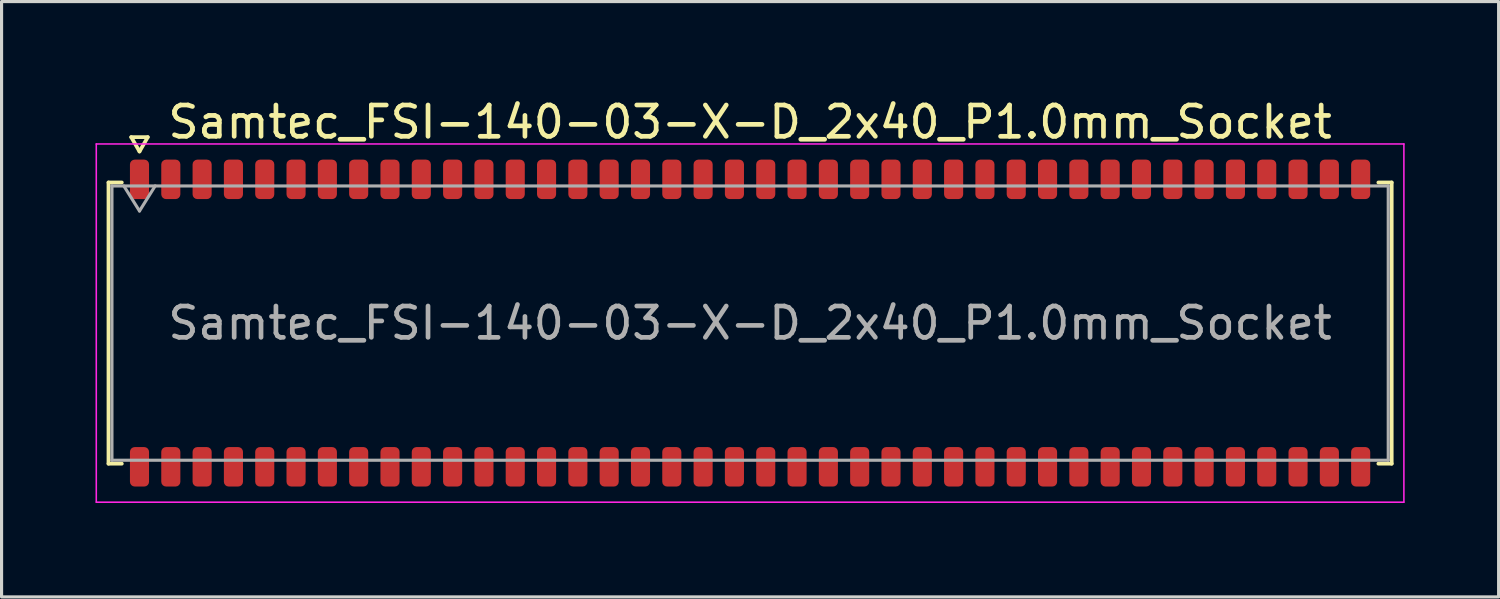
<source format=kicad_pcb>
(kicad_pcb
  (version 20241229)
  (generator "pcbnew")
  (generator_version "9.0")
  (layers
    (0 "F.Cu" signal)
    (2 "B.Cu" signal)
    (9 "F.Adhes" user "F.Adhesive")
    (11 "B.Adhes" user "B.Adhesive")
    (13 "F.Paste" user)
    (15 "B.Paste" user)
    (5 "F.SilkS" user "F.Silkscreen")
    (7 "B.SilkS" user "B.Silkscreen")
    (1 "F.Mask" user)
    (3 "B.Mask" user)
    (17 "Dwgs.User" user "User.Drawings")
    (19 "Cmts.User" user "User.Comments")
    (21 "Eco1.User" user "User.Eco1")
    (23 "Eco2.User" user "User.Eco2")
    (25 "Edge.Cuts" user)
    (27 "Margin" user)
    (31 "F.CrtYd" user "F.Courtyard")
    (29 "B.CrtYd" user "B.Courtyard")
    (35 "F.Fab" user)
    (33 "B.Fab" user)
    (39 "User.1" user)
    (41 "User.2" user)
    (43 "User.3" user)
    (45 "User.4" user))
  (footprint "Samtec_FSI-140-03-X-D_2x40_P1.0mm_Socket"
    (layer "F.Cu")
    (at 20.905 7.268)
    (property "Reference" "Samtec_FSI-140-03-X-D_2x40_P1.0mm_Socket" (at 0 -6.42 0) (layer "F.SilkS") (effects (font (size 1 1) (thickness 0.15))))
    (attr smd)
    (fp_line (start -20.49 -4.49) (end -20.065 -4.49) (stroke (width 0.12) (type solid)) (layer "F.SilkS"))
    (fp_line (start -20.49 4.49) (end -20.49 -4.49) (stroke (width 0.12) (type solid)) (layer "F.SilkS"))
    (fp_line (start -20.065 4.49) (end -20.49 4.49) (stroke (width 0.12) (type solid)) (layer "F.SilkS"))
    (fp_line (start -19.764 -5.938) (end -19.5 -5.48) (stroke (width 0.12) (type solid)) (layer "F.SilkS"))
    (fp_line (start -19.5 -5.48) (end -19.236 -5.938) (stroke (width 0.12) (type solid)) (layer "F.SilkS"))
    (fp_line (start -19.236 -5.938) (end -19.764 -5.938) (stroke (width 0.12) (type solid)) (layer "F.SilkS"))
    (fp_line (start 20.065 -4.49) (end 20.49 -4.49) (stroke (width 0.12) (type solid)) (layer "F.SilkS"))
    (fp_line (start 20.49 -4.49) (end 20.49 4.49) (stroke (width 0.12) (type solid)) (layer "F.SilkS"))
    (fp_line (start 20.49 4.49) (end 20.065 4.49) (stroke (width 0.12) (type solid)) (layer "F.SilkS"))
    (fp_line (start -20.88 -5.72) (end -20.88 5.72) (stroke (width 0.05) (type solid)) (layer "F.CrtYd"))
    (fp_line (start -20.88 5.72) (end 20.88 5.72) (stroke (width 0.05) (type solid)) (layer "F.CrtYd"))
    (fp_line (start 20.88 -5.72) (end -20.88 -5.72) (stroke (width 0.05) (type solid)) (layer "F.CrtYd"))
    (fp_line (start 20.88 5.72) (end 20.88 -5.72) (stroke (width 0.05) (type solid)) (layer "F.CrtYd"))
    (fp_line (start -20.38 -4.38) (end 20.38 -4.38) (stroke (width 0.1) (type solid)) (layer "F.Fab"))
    (fp_line (start -20.38 4.38) (end -20.38 -4.38) (stroke (width 0.1) (type solid)) (layer "F.Fab"))
    (fp_line (start -20 -4.38) (end -19.5 -3.58) (stroke (width 0.1) (type solid)) (layer "F.Fab"))
    (fp_line (start -19.5 -3.58) (end -19 -4.38) (stroke (width 0.1) (type solid)) (layer "F.Fab"))
    (fp_line (start 20.38 -4.38) (end 20.38 4.38) (stroke (width 0.1) (type solid)) (layer "F.Fab"))
    (fp_line (start 20.38 4.38) (end -20.38 4.38) (stroke (width 0.1) (type solid)) (layer "F.Fab"))
    (fp_text user "${REFERENCE}" (at 0 0 0) (layer "F.Fab") (effects (font (size 1 1) (thickness 0.15))))
    (pad "1" smd roundrect (at -19.5 -4.59) (size 0.61 1.26) (layers "F.Cu" "F.Mask" "F.Paste") (roundrect_rratio 0.25))
    (pad "2" smd roundrect (at -19.5 4.59) (size 0.61 1.26) (layers "F.Cu" "F.Mask" "F.Paste") (roundrect_rratio 0.25))
    (pad "3" smd roundrect (at -18.5 -4.59) (size 0.61 1.26) (layers "F.Cu" "F.Mask" "F.Paste") (roundrect_rratio 0.25))
    (pad "4" smd roundrect (at -18.5 4.59) (size 0.61 1.26) (layers "F.Cu" "F.Mask" "F.Paste") (roundrect_rratio 0.25))
    (pad "5" smd roundrect (at -17.5 -4.59) (size 0.61 1.26) (layers "F.Cu" "F.Mask" "F.Paste") (roundrect_rratio 0.25))
    (pad "6" smd roundrect (at -17.5 4.59) (size 0.61 1.26) (layers "F.Cu" "F.Mask" "F.Paste") (roundrect_rratio 0.25))
    (pad "7" smd roundrect (at -16.5 -4.59) (size 0.61 1.26) (layers "F.Cu" "F.Mask" "F.Paste") (roundrect_rratio 0.25))
    (pad "8" smd roundrect (at -16.5 4.59) (size 0.61 1.26) (layers "F.Cu" "F.Mask" "F.Paste") (roundrect_rratio 0.25))
    (pad "9" smd roundrect (at -15.5 -4.59) (size 0.61 1.26) (layers "F.Cu" "F.Mask" "F.Paste") (roundrect_rratio 0.25))
    (pad "10" smd roundrect (at -15.5 4.59) (size 0.61 1.26) (layers "F.Cu" "F.Mask" "F.Paste") (roundrect_rratio 0.25))
    (pad "11" smd roundrect (at -14.5 -4.59) (size 0.61 1.26) (layers "F.Cu" "F.Mask" "F.Paste") (roundrect_rratio 0.25))
    (pad "12" smd roundrect (at -14.5 4.59) (size 0.61 1.26) (layers "F.Cu" "F.Mask" "F.Paste") (roundrect_rratio 0.25))
    (pad "13" smd roundrect (at -13.5 -4.59) (size 0.61 1.26) (layers "F.Cu" "F.Mask" "F.Paste") (roundrect_rratio 0.25))
    (pad "14" smd roundrect (at -13.5 4.59) (size 0.61 1.26) (layers "F.Cu" "F.Mask" "F.Paste") (roundrect_rratio 0.25))
    (pad "15" smd roundrect (at -12.5 -4.59) (size 0.61 1.26) (layers "F.Cu" "F.Mask" "F.Paste") (roundrect_rratio 0.25))
    (pad "16" smd roundrect (at -12.5 4.59) (size 0.61 1.26) (layers "F.Cu" "F.Mask" "F.Paste") (roundrect_rratio 0.25))
    (pad "17" smd roundrect (at -11.5 -4.59) (size 0.61 1.26) (layers "F.Cu" "F.Mask" "F.Paste") (roundrect_rratio 0.25))
    (pad "18" smd roundrect (at -11.5 4.59) (size 0.61 1.26) (layers "F.Cu" "F.Mask" "F.Paste") (roundrect_rratio 0.25))
    (pad "19" smd roundrect (at -10.5 -4.59) (size 0.61 1.26) (layers "F.Cu" "F.Mask" "F.Paste") (roundrect_rratio 0.25))
    (pad "20" smd roundrect (at -10.5 4.59) (size 0.61 1.26) (layers "F.Cu" "F.Mask" "F.Paste") (roundrect_rratio 0.25))
    (pad "21" smd roundrect (at -9.5 -4.59) (size 0.61 1.26) (layers "F.Cu" "F.Mask" "F.Paste") (roundrect_rratio 0.25))
    (pad "22" smd roundrect (at -9.5 4.59) (size 0.61 1.26) (layers "F.Cu" "F.Mask" "F.Paste") (roundrect_rratio 0.25))
    (pad "23" smd roundrect (at -8.5 -4.59) (size 0.61 1.26) (layers "F.Cu" "F.Mask" "F.Paste") (roundrect_rratio 0.25))
    (pad "24" smd roundrect (at -8.5 4.59) (size 0.61 1.26) (layers "F.Cu" "F.Mask" "F.Paste") (roundrect_rratio 0.25))
    (pad "25" smd roundrect (at -7.5 -4.59) (size 0.61 1.26) (layers "F.Cu" "F.Mask" "F.Paste") (roundrect_rratio 0.25))
    (pad "26" smd roundrect (at -7.5 4.59) (size 0.61 1.26) (layers "F.Cu" "F.Mask" "F.Paste") (roundrect_rratio 0.25))
    (pad "27" smd roundrect (at -6.5 -4.59) (size 0.61 1.26) (layers "F.Cu" "F.Mask" "F.Paste") (roundrect_rratio 0.25))
    (pad "28" smd roundrect (at -6.5 4.59) (size 0.61 1.26) (layers "F.Cu" "F.Mask" "F.Paste") (roundrect_rratio 0.25))
    (pad "29" smd roundrect (at -5.5 -4.59) (size 0.61 1.26) (layers "F.Cu" "F.Mask" "F.Paste") (roundrect_rratio 0.25))
    (pad "30" smd roundrect (at -5.5 4.59) (size 0.61 1.26) (layers "F.Cu" "F.Mask" "F.Paste") (roundrect_rratio 0.25))
    (pad "31" smd roundrect (at -4.5 -4.59) (size 0.61 1.26) (layers "F.Cu" "F.Mask" "F.Paste") (roundrect_rratio 0.25))
    (pad "32" smd roundrect (at -4.5 4.59) (size 0.61 1.26) (layers "F.Cu" "F.Mask" "F.Paste") (roundrect_rratio 0.25))
    (pad "33" smd roundrect (at -3.5 -4.59) (size 0.61 1.26) (layers "F.Cu" "F.Mask" "F.Paste") (roundrect_rratio 0.25))
    (pad "34" smd roundrect (at -3.5 4.59) (size 0.61 1.26) (layers "F.Cu" "F.Mask" "F.Paste") (roundrect_rratio 0.25))
    (pad "35" smd roundrect (at -2.5 -4.59) (size 0.61 1.26) (layers "F.Cu" "F.Mask" "F.Paste") (roundrect_rratio 0.25))
    (pad "36" smd roundrect (at -2.5 4.59) (size 0.61 1.26) (layers "F.Cu" "F.Mask" "F.Paste") (roundrect_rratio 0.25))
    (pad "37" smd roundrect (at -1.5 -4.59) (size 0.61 1.26) (layers "F.Cu" "F.Mask" "F.Paste") (roundrect_rratio 0.25))
    (pad "38" smd roundrect (at -1.5 4.59) (size 0.61 1.26) (layers "F.Cu" "F.Mask" "F.Paste") (roundrect_rratio 0.25))
    (pad "39" smd roundrect (at -0.5 -4.59) (size 0.61 1.26) (layers "F.Cu" "F.Mask" "F.Paste") (roundrect_rratio 0.25))
    (pad "40" smd roundrect (at -0.5 4.59) (size 0.61 1.26) (layers "F.Cu" "F.Mask" "F.Paste") (roundrect_rratio 0.25))
    (pad "41" smd roundrect (at 0.5 -4.59) (size 0.61 1.26) (layers "F.Cu" "F.Mask" "F.Paste") (roundrect_rratio 0.25))
    (pad "42" smd roundrect (at 0.5 4.59) (size 0.61 1.26) (layers "F.Cu" "F.Mask" "F.Paste") (roundrect_rratio 0.25))
    (pad "43" smd roundrect (at 1.5 -4.59) (size 0.61 1.26) (layers "F.Cu" "F.Mask" "F.Paste") (roundrect_rratio 0.25))
    (pad "44" smd roundrect (at 1.5 4.59) (size 0.61 1.26) (layers "F.Cu" "F.Mask" "F.Paste") (roundrect_rratio 0.25))
    (pad "45" smd roundrect (at 2.5 -4.59) (size 0.61 1.26) (layers "F.Cu" "F.Mask" "F.Paste") (roundrect_rratio 0.25))
    (pad "46" smd roundrect (at 2.5 4.59) (size 0.61 1.26) (layers "F.Cu" "F.Mask" "F.Paste") (roundrect_rratio 0.25))
    (pad "47" smd roundrect (at 3.5 -4.59) (size 0.61 1.26) (layers "F.Cu" "F.Mask" "F.Paste") (roundrect_rratio 0.25))
    (pad "48" smd roundrect (at 3.5 4.59) (size 0.61 1.26) (layers "F.Cu" "F.Mask" "F.Paste") (roundrect_rratio 0.25))
    (pad "49" smd roundrect (at 4.5 -4.59) (size 0.61 1.26) (layers "F.Cu" "F.Mask" "F.Paste") (roundrect_rratio 0.25))
    (pad "50" smd roundrect (at 4.5 4.59) (size 0.61 1.26) (layers "F.Cu" "F.Mask" "F.Paste") (roundrect_rratio 0.25))
    (pad "51" smd roundrect (at 5.5 -4.59) (size 0.61 1.26) (layers "F.Cu" "F.Mask" "F.Paste") (roundrect_rratio 0.25))
    (pad "52" smd roundrect (at 5.5 4.59) (size 0.61 1.26) (layers "F.Cu" "F.Mask" "F.Paste") (roundrect_rratio 0.25))
    (pad "53" smd roundrect (at 6.5 -4.59) (size 0.61 1.26) (layers "F.Cu" "F.Mask" "F.Paste") (roundrect_rratio 0.25))
    (pad "54" smd roundrect (at 6.5 4.59) (size 0.61 1.26) (layers "F.Cu" "F.Mask" "F.Paste") (roundrect_rratio 0.25))
    (pad "55" smd roundrect (at 7.5 -4.59) (size 0.61 1.26) (layers "F.Cu" "F.Mask" "F.Paste") (roundrect_rratio 0.25))
    (pad "56" smd roundrect (at 7.5 4.59) (size 0.61 1.26) (layers "F.Cu" "F.Mask" "F.Paste") (roundrect_rratio 0.25))
    (pad "57" smd roundrect (at 8.5 -4.59) (size 0.61 1.26) (layers "F.Cu" "F.Mask" "F.Paste") (roundrect_rratio 0.25))
    (pad "58" smd roundrect (at 8.5 4.59) (size 0.61 1.26) (layers "F.Cu" "F.Mask" "F.Paste") (roundrect_rratio 0.25))
    (pad "59" smd roundrect (at 9.5 -4.59) (size 0.61 1.26) (layers "F.Cu" "F.Mask" "F.Paste") (roundrect_rratio 0.25))
    (pad "60" smd roundrect (at 9.5 4.59) (size 0.61 1.26) (layers "F.Cu" "F.Mask" "F.Paste") (roundrect_rratio 0.25))
    (pad "61" smd roundrect (at 10.5 -4.59) (size 0.61 1.26) (layers "F.Cu" "F.Mask" "F.Paste") (roundrect_rratio 0.25))
    (pad "62" smd roundrect (at 10.5 4.59) (size 0.61 1.26) (layers "F.Cu" "F.Mask" "F.Paste") (roundrect_rratio 0.25))
    (pad "63" smd roundrect (at 11.5 -4.59) (size 0.61 1.26) (layers "F.Cu" "F.Mask" "F.Paste") (roundrect_rratio 0.25))
    (pad "64" smd roundrect (at 11.5 4.59) (size 0.61 1.26) (layers "F.Cu" "F.Mask" "F.Paste") (roundrect_rratio 0.25))
    (pad "65" smd roundrect (at 12.5 -4.59) (size 0.61 1.26) (layers "F.Cu" "F.Mask" "F.Paste") (roundrect_rratio 0.25))
    (pad "66" smd roundrect (at 12.5 4.59) (size 0.61 1.26) (layers "F.Cu" "F.Mask" "F.Paste") (roundrect_rratio 0.25))
    (pad "67" smd roundrect (at 13.5 -4.59) (size 0.61 1.26) (layers "F.Cu" "F.Mask" "F.Paste") (roundrect_rratio 0.25))
    (pad "68" smd roundrect (at 13.5 4.59) (size 0.61 1.26) (layers "F.Cu" "F.Mask" "F.Paste") (roundrect_rratio 0.25))
    (pad "69" smd roundrect (at 14.5 -4.59) (size 0.61 1.26) (layers "F.Cu" "F.Mask" "F.Paste") (roundrect_rratio 0.25))
    (pad "70" smd roundrect (at 14.5 4.59) (size 0.61 1.26) (layers "F.Cu" "F.Mask" "F.Paste") (roundrect_rratio 0.25))
    (pad "71" smd roundrect (at 15.5 -4.59) (size 0.61 1.26) (layers "F.Cu" "F.Mask" "F.Paste") (roundrect_rratio 0.25))
    (pad "72" smd roundrect (at 15.5 4.59) (size 0.61 1.26) (layers "F.Cu" "F.Mask" "F.Paste") (roundrect_rratio 0.25))
    (pad "73" smd roundrect (at 16.5 -4.59) (size 0.61 1.26) (layers "F.Cu" "F.Mask" "F.Paste") (roundrect_rratio 0.25))
    (pad "74" smd roundrect (at 16.5 4.59) (size 0.61 1.26) (layers "F.Cu" "F.Mask" "F.Paste") (roundrect_rratio 0.25))
    (pad "75" smd roundrect (at 17.5 -4.59) (size 0.61 1.26) (layers "F.Cu" "F.Mask" "F.Paste") (roundrect_rratio 0.25))
    (pad "76" smd roundrect (at 17.5 4.59) (size 0.61 1.26) (layers "F.Cu" "F.Mask" "F.Paste") (roundrect_rratio 0.25))
    (pad "77" smd roundrect (at 18.5 -4.59) (size 0.61 1.26) (layers "F.Cu" "F.Mask" "F.Paste") (roundrect_rratio 0.25))
    (pad "78" smd roundrect (at 18.5 4.59) (size 0.61 1.26) (layers "F.Cu" "F.Mask" "F.Paste") (roundrect_rratio 0.25))
    (pad "79" smd roundrect (at 19.5 -4.59) (size 0.61 1.26) (layers "F.Cu" "F.Mask" "F.Paste") (roundrect_rratio 0.25))
    (pad "80" smd roundrect (at 19.5 4.59) (size 0.61 1.26) (layers "F.Cu" "F.Mask" "F.Paste") (roundrect_rratio 0.25)))
  (gr_rect
    (start -3 -3)
    (end 44.81 16.013)
    (stroke (width 0.1) (type default))
    (fill no)
    (layer "Edge.Cuts")))
</source>
